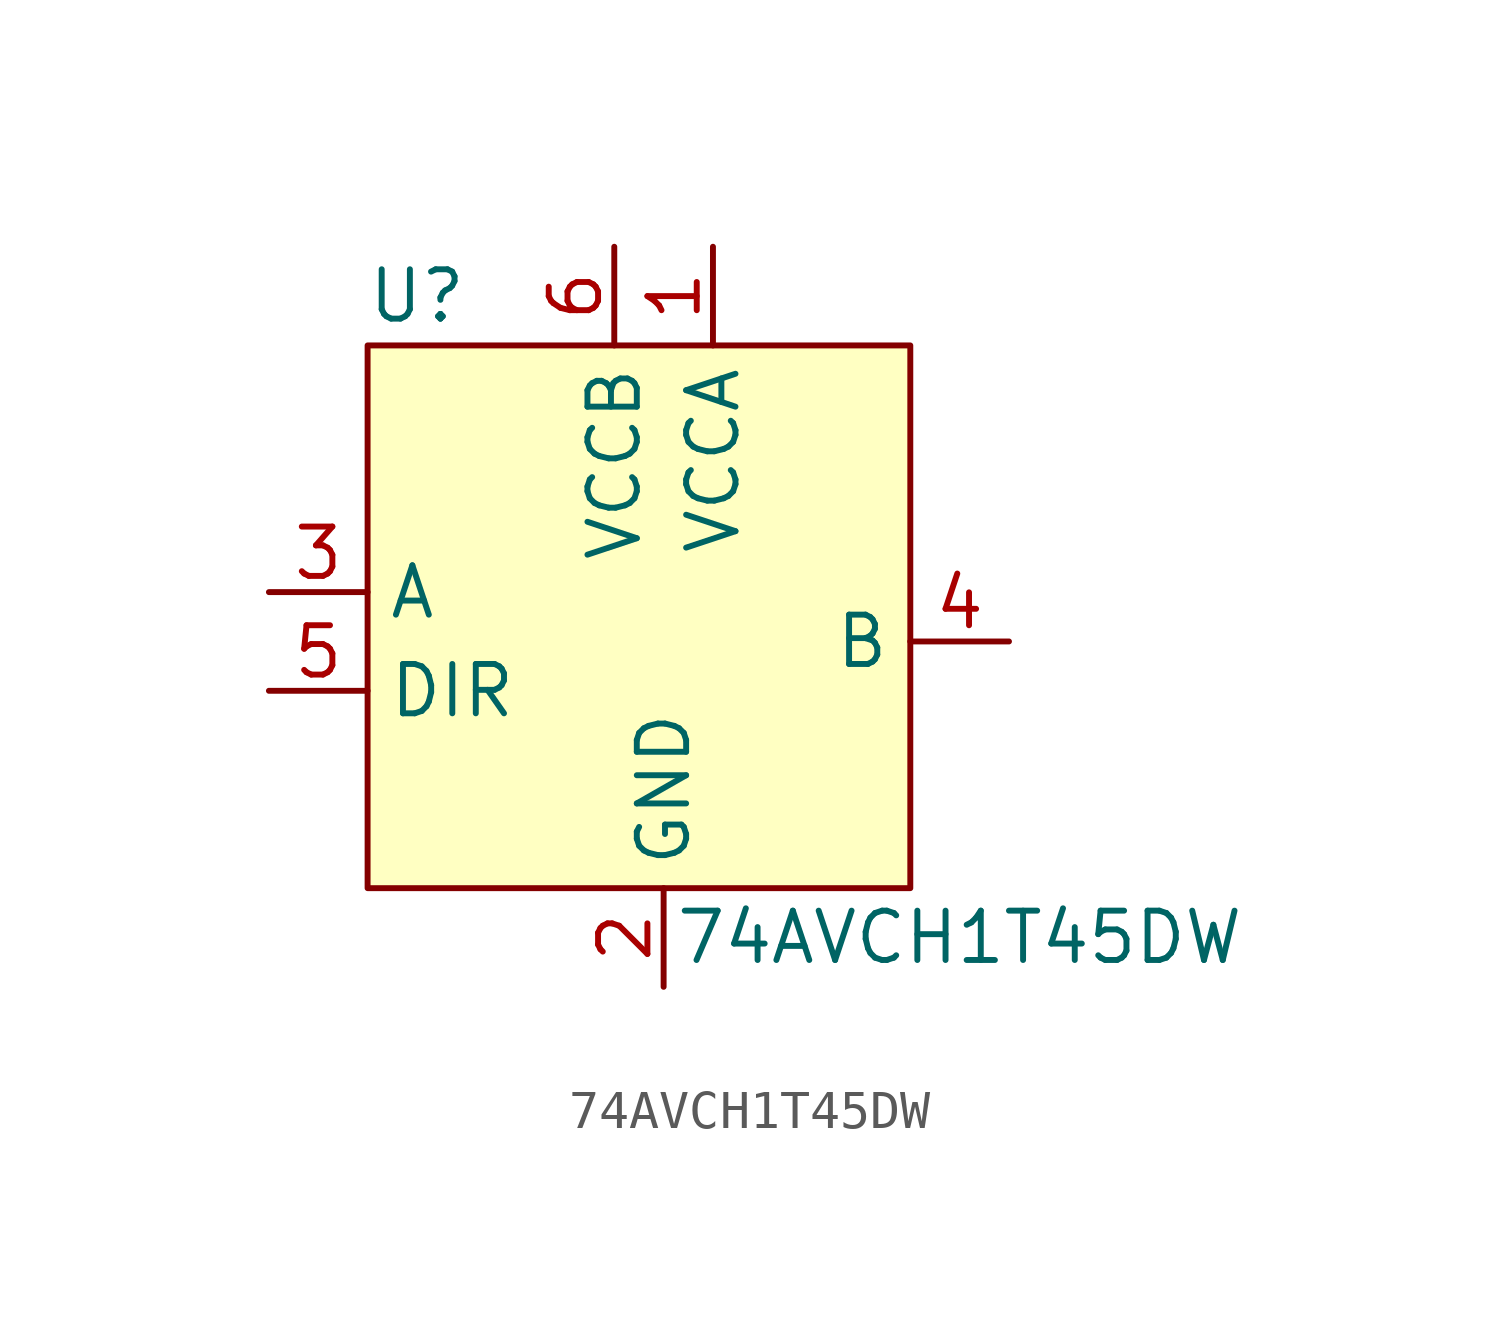
<source format=kicad_sym>
(kicad_symbol_lib
  (version 20211014)
  (generator kicad_symbol_editor)
  (symbol "74AVCH1T45DW"
    (property "Reference" "U"
      (at -6.35 1.27 0)
      (effects (font (size 1.27 1.27))))
    (property "Value" "74AVCH1T45DW"
      (at 7.62 -15.24 0)
      (effects (font (size 1.27 1.27))))
    (symbol "74AVCH1T45DW_0_0"
      (pin power_in line (at 1.27 2.54 270) (length 2.54) (name "VCCA" (effects (font (size 1.27 1.27)))) (number "1" (effects (font (size 1.27 1.27)))))
      (pin power_in line (at 0 -16.51 90) (length 2.54) (name "GND" (effects (font (size 1.27 1.27)))) (number "2" (effects (font (size 1.27 1.27)))))
      (pin input line (at -10.16 -6.35 0) (length 2.54) (name "A" (effects (font (size 1.27 1.27)))) (number "3" (effects (font (size 1.27 1.27)))))
      (pin input line (at 8.89 -7.62 180) (length 2.54) (name "B" (effects (font (size 1.27 1.27)))) (number "4" (effects (font (size 1.27 1.27)))))
      (pin input line (at -10.16 -8.89 0) (length 2.54) (name "DIR" (effects (font (size 1.27 1.27)))) (number "5" (effects (font (size 1.27 1.27)))))
      (pin power_in line (at -1.27 2.54 270) (length 2.54) (name "VCCB" (effects (font (size 1.27 1.27)))) (number "6" (effects (font (size 1.27 1.27))))))
    (symbol "74AVCH1T45DW_0_1"
      (rectangle (start -7.62 0) (end 6.35 -13.97) (stroke (width 0) (type default) (color 0 0 0 0)) (fill (type background))))))
</source>
